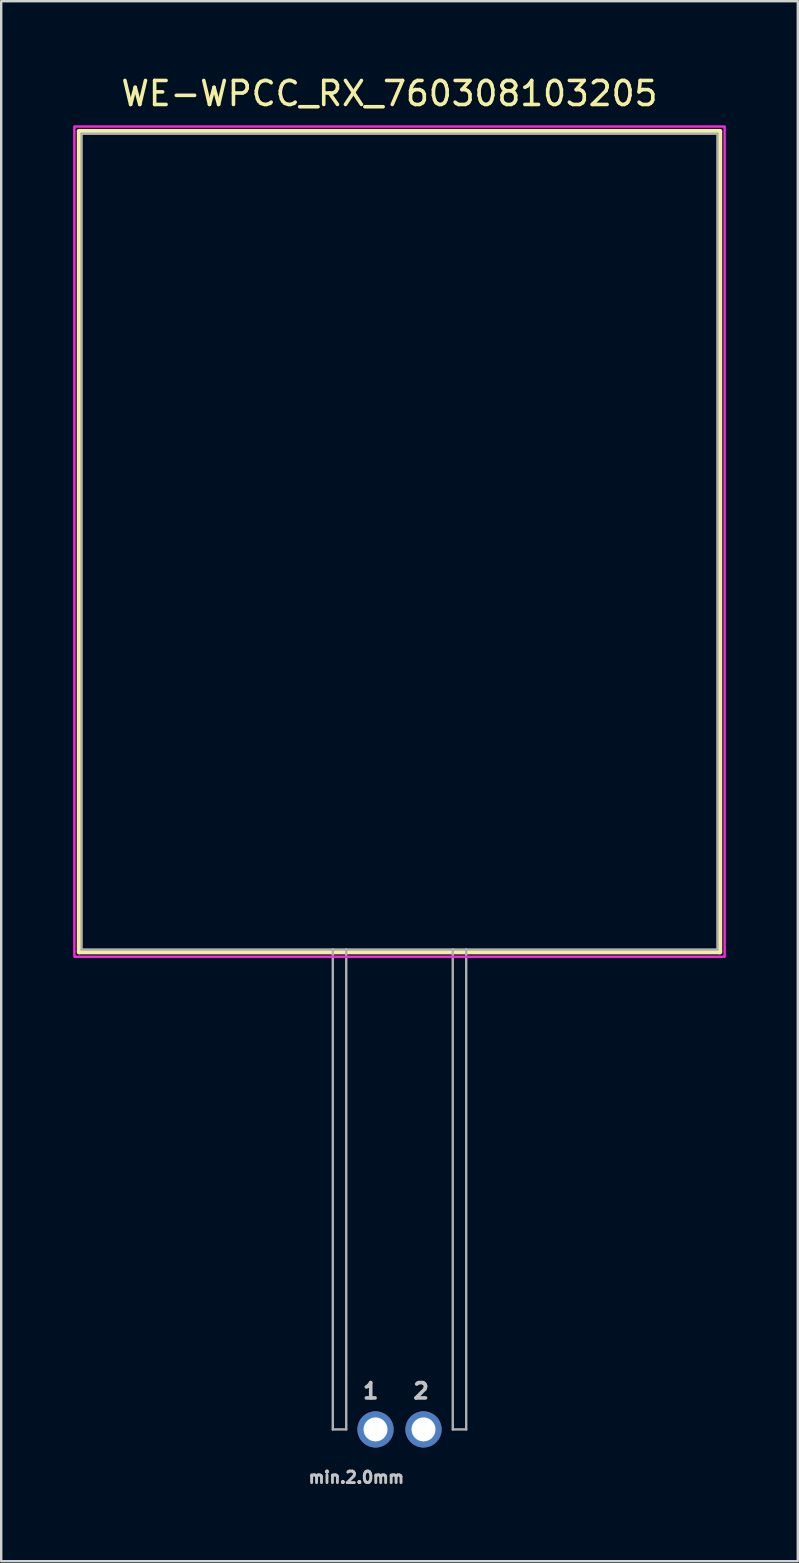
<source format=kicad_pcb>
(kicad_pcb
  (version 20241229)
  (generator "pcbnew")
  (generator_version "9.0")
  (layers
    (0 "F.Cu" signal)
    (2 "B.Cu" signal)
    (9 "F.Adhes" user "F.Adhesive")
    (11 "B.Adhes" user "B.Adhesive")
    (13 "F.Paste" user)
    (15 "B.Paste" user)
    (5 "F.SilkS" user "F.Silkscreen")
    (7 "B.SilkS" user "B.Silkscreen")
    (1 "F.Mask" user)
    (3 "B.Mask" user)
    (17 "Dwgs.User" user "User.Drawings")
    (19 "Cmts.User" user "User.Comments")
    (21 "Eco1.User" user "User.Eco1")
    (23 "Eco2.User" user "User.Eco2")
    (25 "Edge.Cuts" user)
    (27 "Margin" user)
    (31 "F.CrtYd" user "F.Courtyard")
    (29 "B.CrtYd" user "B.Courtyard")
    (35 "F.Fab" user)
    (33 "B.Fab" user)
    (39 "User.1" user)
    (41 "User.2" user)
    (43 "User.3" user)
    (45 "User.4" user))
  (footprint "WE-WPCC_RX_760308103205"
    (layer "F.Cu")
    (at 13.6 56.523)
    (property "Reference" "WE-WPCC_RX_760308103205" (at -0.42 -55.675 0) (layer "F.SilkS") (effects (font (size 1 1) (thickness 0.15))))
    (attr through_hole)
    (fp_line (start -13.35 -54.1) (end 13.35 -54.1) (stroke (width 0.2) (type solid)) (layer "F.SilkS"))
    (fp_line (start -13.35 -19.9) (end -13.35 -54.1) (stroke (width 0.2) (type solid)) (layer "F.SilkS"))
    (fp_line (start 13.35 -54.1) (end 13.35 -19.9) (stroke (width 0.2) (type solid)) (layer "F.SilkS"))
    (fp_line (start 13.35 -19.9) (end -13.35 -19.9) (stroke (width 0.2) (type solid)) (layer "F.SilkS"))
    (fp_poly (pts (xy -13.55 -54.3) (xy 13.55 -54.3) (xy 13.55 -19.7) (xy -13.55 -19.7)) (stroke (width 0.1) (type solid)) (fill no) (layer "F.CrtYd"))
    (fp_line (start -13.25 -54) (end 13.25 -54) (stroke (width 0.1) (type solid)) (layer "F.Fab"))
    (fp_line (start -13.25 -20) (end -13.25 -54) (stroke (width 0.1) (type solid)) (layer "F.Fab"))
    (fp_line (start -2.78 -20) (end -13.25 -20) (stroke (width 0.1) (type solid)) (layer "F.Fab"))
    (fp_line (start -2.78 0) (end -2.78 -20) (stroke (width 0.1) (type solid)) (layer "F.Fab"))
    (fp_line (start -2.22 -20) (end -2.78 -20) (stroke (width 0.1) (type solid)) (layer "F.Fab"))
    (fp_line (start -2.22 -20) (end -2.22 0) (stroke (width 0.1) (type solid)) (layer "F.Fab"))
    (fp_line (start -2.22 0) (end -2.78 0) (stroke (width 0.1) (type solid)) (layer "F.Fab"))
    (fp_line (start 2.22 -20) (end -2.22 -20) (stroke (width 0.1) (type solid)) (layer "F.Fab"))
    (fp_line (start 2.22 -20) (end 2.22 0) (stroke (width 0.1) (type solid)) (layer "F.Fab"))
    (fp_line (start 2.22 0) (end 2.78 0) (stroke (width 0.1) (type solid)) (layer "F.Fab"))
    (fp_line (start 2.78 -20) (end 2.22 -20) (stroke (width 0.1) (type solid)) (layer "F.Fab"))
    (fp_line (start 2.78 0) (end 2.78 -20) (stroke (width 0.1) (type solid)) (layer "F.Fab"))
    (fp_line (start 13.25 -54) (end 13.25 -20) (stroke (width 0.1) (type solid)) (layer "F.Fab"))
    (fp_line (start 13.25 -20) (end 2.78 -20) (stroke (width 0.1) (type solid)) (layer "F.Fab"))
    (fp_text user "1" (at -1.2 -1.6 0) (layer "Dwgs.User") (effects (font (size 0.64 0.64) (thickness 0.15))))
    (fp_text user "min.2.0mm" (at -1.8 2 0) (layer "Dwgs.User") (effects (font (size 0.48 0.48) (thickness 0.15))))
    (fp_text user "2" (at 0.9 -1.6 0) (layer "Dwgs.User") (effects (font (size 0.64 0.64) (thickness 0.15))))
    (pad "1" thru_hole circle (at -1 0) (size 1.508 1.508) (drill 1) (layers "*.Cu" "*.Mask"))
    (pad "2" thru_hole circle (at 1 0) (size 1.508 1.508) (drill 1) (layers "*.Cu" "*.Mask")))
  (gr_rect
    (start -3 -3)
    (end 30.2 62.015)
    (stroke (width 0.1) (type default))
    (fill no)
    (layer "Edge.Cuts")))
</source>
